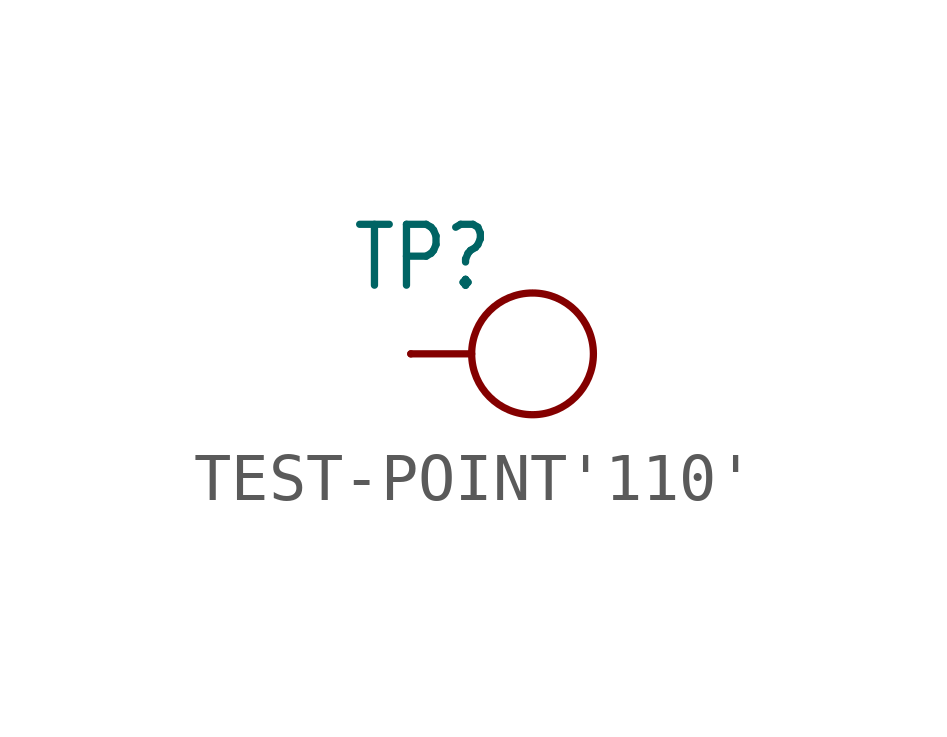
<source format=kicad_sym>
(kicad_symbol_lib
  (version 20211014)
  (generator kicad_symbol_editor)
  (symbol "TEST-POINT'110'"
    (property "Reference" "TP"
      (at -3.81 1.27 0)
      (effects (font (size 1.27 1.079)) (justify left bottom)))
    (property "ki_locked" ""
      (at 0 0 0)
      (effects (font (size 1.27 1.27))))
    (symbol "TEST-POINT'110'_1_0"
      (polyline (pts (xy -2.54 0) (xy -1.27 0)) (stroke (width 0.152) (type default) (color 0 0 0 0)) (fill (type none)))
      (circle (center 0 0) (radius 1.27) (stroke (width 0.152) (type default) (color 0 0 0 0)) (fill (type none)))
      (pin bidirectional line (at -2.54 0 0) (length 0) (name "T" (effects (font (size 0 0)))) (number "T" (effects (font (size 0 0))))))))
</source>
